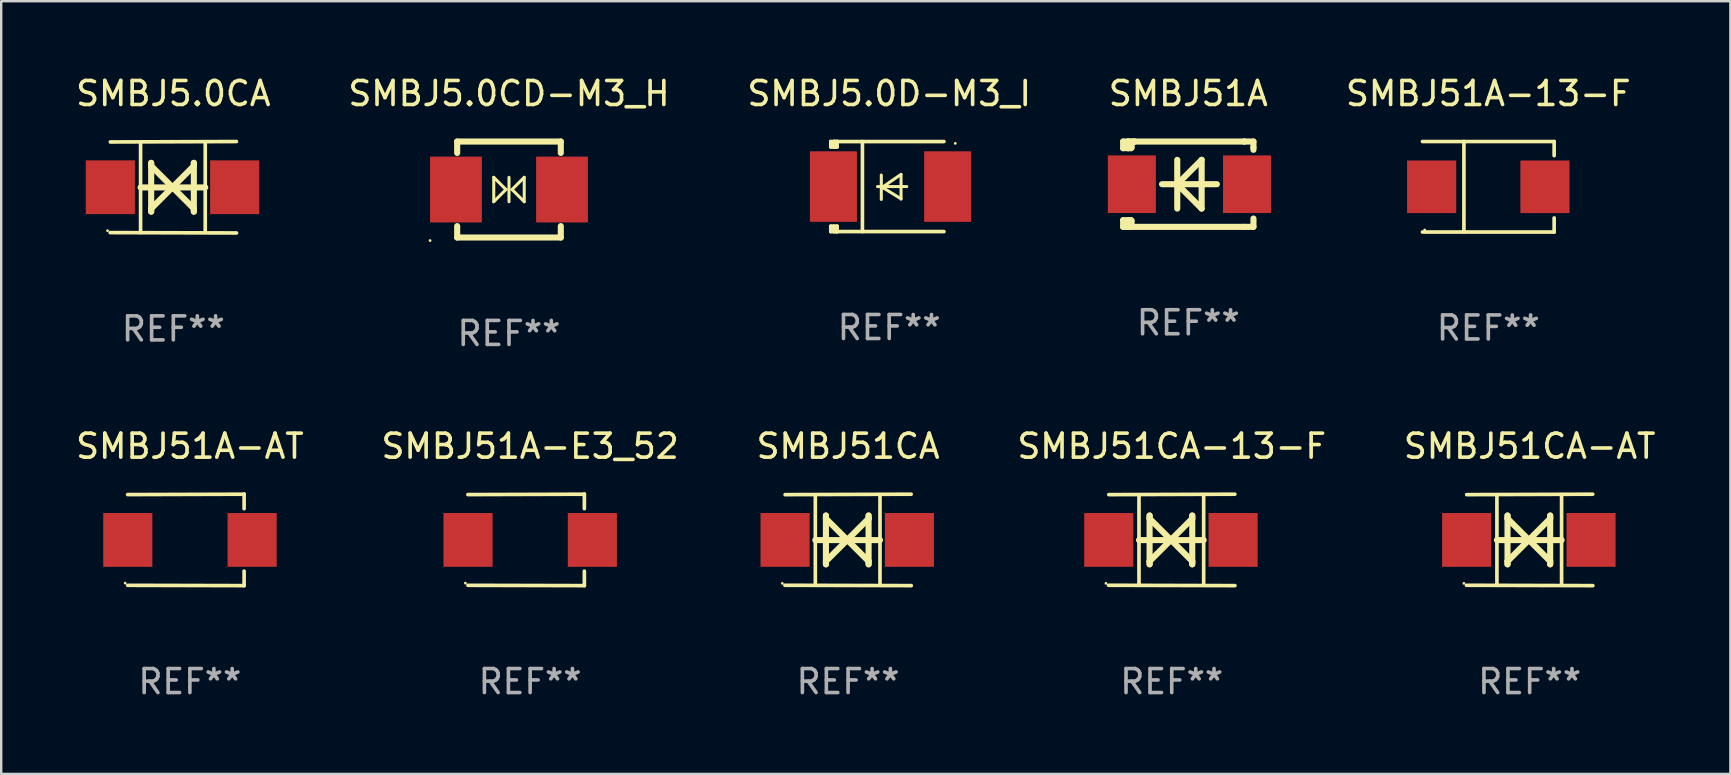
<source format=kicad_pcb>
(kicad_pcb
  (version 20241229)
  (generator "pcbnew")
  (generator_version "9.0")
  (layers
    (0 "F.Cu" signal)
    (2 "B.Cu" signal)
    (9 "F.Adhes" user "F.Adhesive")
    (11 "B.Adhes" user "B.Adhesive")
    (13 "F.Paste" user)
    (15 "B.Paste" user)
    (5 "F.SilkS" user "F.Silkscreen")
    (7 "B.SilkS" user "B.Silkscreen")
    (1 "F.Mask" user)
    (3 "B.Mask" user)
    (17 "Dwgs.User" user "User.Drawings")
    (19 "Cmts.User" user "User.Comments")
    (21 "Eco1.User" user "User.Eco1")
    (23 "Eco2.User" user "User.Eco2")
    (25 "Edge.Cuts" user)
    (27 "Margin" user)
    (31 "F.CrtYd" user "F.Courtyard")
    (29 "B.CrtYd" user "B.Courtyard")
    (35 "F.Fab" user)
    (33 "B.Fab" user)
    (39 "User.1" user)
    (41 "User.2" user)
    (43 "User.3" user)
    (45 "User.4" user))
  (footprint "SMBJ5.0CA"
    (layer "F.Cu")
    (at 4.173 4.753)
    (property "Reference" "SMBJ5.0CA" (at 0 -3.905 0) (layer "F.SilkS") (effects (font (size 1 1) (thickness 0.15))))
    (attr through_hole)
    (fp_line (start -1.365 1.886) (end -1.365 -1.886) (stroke (width 0.152) (type solid)) (layer "F.SilkS"))
    (fp_line (start -1.365 0.008) (end 1.33 0.008) (stroke (width 0.254) (type solid)) (layer "F.SilkS"))
    (fp_line (start -0.923 -1.016) (end -0.923 1.016) (stroke (width 0.254) (type solid)) (layer "F.SilkS"))
    (fp_line (start -0.923 -0.889) (end -0.923 -1.016) (stroke (width 0.254) (type solid)) (layer "F.SilkS"))
    (fp_line (start -0.923 0.889) (end -0.034 0) (stroke (width 0.254) (type solid)) (layer "F.SilkS"))
    (fp_line (start -0.923 1.016) (end -0.923 0.889) (stroke (width 0.254) (type solid)) (layer "F.SilkS"))
    (fp_line (start -0.034 0) (end -0.923 -0.889) (stroke (width 0.254) (type solid)) (layer "F.SilkS"))
    (fp_line (start -0.034 0) (end 0.855 0.889) (stroke (width 0.254) (type solid)) (layer "F.SilkS"))
    (fp_line (start 0.855 -1.016) (end 0.855 -0.889) (stroke (width 0.254) (type solid)) (layer "F.SilkS"))
    (fp_line (start 0.855 -0.889) (end -0.034 0) (stroke (width 0.254) (type solid)) (layer "F.SilkS"))
    (fp_line (start 0.855 0.889) (end 0.855 1.016) (stroke (width 0.254) (type solid)) (layer "F.SilkS"))
    (fp_line (start 0.855 1.016) (end 0.855 -1.016) (stroke (width 0.254) (type solid)) (layer "F.SilkS"))
    (fp_line (start 1.33 1.886) (end 1.33 -1.886) (stroke (width 0.152) (type solid)) (layer "F.SilkS"))
    (fp_line (start 2.629 -1.905) (end -2.625 -1.887) (stroke (width 0.152) (type solid)) (layer "F.SilkS"))
    (fp_line (start 2.633 1.905) (end -2.633 1.89) (stroke (width 0.152) (type solid)) (layer "F.SilkS"))
    (fp_circle (center -2.741 1.81) (end -2.711 1.81) (stroke (width 0.06) (type solid)) (fill no) (layer "F.SilkS"))
    (fp_text user "REF**" (at 0 5.905 0) (layer "F.Fab") (effects (font (size 1 1) (thickness 0.15))))
    (pad "1" smd rect (at -2.625 0) (size 2.047 2.241) (layers "F.Cu" "F.Mask" "F.Paste"))
    (pad "2" smd rect (at 2.557 0) (size 2.047 2.241) (layers "F.Cu" "F.Mask" "F.Paste")))
  (footprint "SMBJ51A"
    (layer "F.Cu")
    (at 46.47 4.626)
    (property "Reference" "SMBJ51A" (at 0 -3.778 0) (layer "F.SilkS") (effects (font (size 1 1) (thickness 0.15))))
    (attr through_hole)
    (fp_line (start -2.715 -1.778) (end -2.715 -1.501) (stroke (width 0.254) (type solid)) (layer "F.SilkS"))
    (fp_line (start -2.715 -1.501) (end -2.505 -1.501) (stroke (width 0.254) (type solid)) (layer "F.SilkS"))
    (fp_line (start -2.715 1.501) (end -2.715 1.778) (stroke (width 0.254) (type solid)) (layer "F.SilkS"))
    (fp_line (start -2.715 1.501) (end -2.505 1.501) (stroke (width 0.254) (type solid)) (layer "F.SilkS"))
    (fp_line (start -2.715 1.778) (end -2.504 1.778) (stroke (width 0.254) (type solid)) (layer "F.SilkS"))
    (fp_line (start -2.505 -1.778) (end -2.715 -1.778) (stroke (width 0.254) (type solid)) (layer "F.SilkS"))
    (fp_line (start -2.505 -1.778) (end -2.238 -1.778) (stroke (width 0.254) (type solid)) (layer "F.SilkS"))
    (fp_line (start -2.505 -1.501) (end -2.505 -1.651) (stroke (width 0.254) (type solid)) (layer "F.SilkS"))
    (fp_line (start -2.505 -1.501) (end -2.388 -1.501) (stroke (width 0.254) (type solid)) (layer "F.SilkS"))
    (fp_line (start -2.505 1.501) (end -2.505 1.778) (stroke (width 0.254) (type solid)) (layer "F.SilkS"))
    (fp_line (start -2.505 1.501) (end -2.388 1.501) (stroke (width 0.254) (type solid)) (layer "F.SilkS"))
    (fp_line (start -2.388 1.501) (end -2.365 1.524) (stroke (width 0.254) (type solid)) (layer "F.SilkS"))
    (fp_line (start -2.388 -1.501) (end -2.365 -1.524) (stroke (width 0.254) (type solid)) (layer "F.SilkS"))
    (fp_line (start -2.365 -1.651) (end -2.505 -1.778) (stroke (width 0.254) (type solid)) (layer "F.SilkS"))
    (fp_line (start -2.365 -1.524) (end -2.365 -1.651) (stroke (width 0.254) (type solid)) (layer "F.SilkS"))
    (fp_line (start -2.365 1.524) (end -2.365 1.778) (stroke (width 0.254) (type solid)) (layer "F.SilkS"))
    (fp_line (start -2.239 -1.778) (end 2.333 -1.778) (stroke (width 0.254) (type solid)) (layer "F.SilkS"))
    (fp_line (start -2.238 -1.778) (end -2.505 -1.778) (stroke (width 0.254) (type solid)) (layer "F.SilkS"))
    (fp_line (start -1.095 0) (end 1.191 0) (stroke (width 0.254) (type solid)) (layer "F.SilkS"))
    (fp_line (start -0.46 -1.016) (end -0.46 1.016) (stroke (width 0.254) (type solid)) (layer "F.SilkS"))
    (fp_line (start -0.46 -0.000127) (end 0.556 1.016) (stroke (width 0.254) (type solid)) (layer "F.SilkS"))
    (fp_line (start 0.556 -1.016) (end 0.556 1.016) (stroke (width 0.254) (type solid)) (layer "F.SilkS"))
    (fp_line (start 0.556 -1.016) (end -0.46 -0.000127) (stroke (width 0.254) (type solid)) (layer "F.SilkS"))
    (fp_line (start 2.333 -1.778) (end 2.333 -1.778) (stroke (width 0.254) (type solid)) (layer "F.SilkS"))
    (fp_line (start 2.333 -1.778) (end 2.715 -1.778) (stroke (width 0.254) (type solid)) (layer "F.SilkS"))
    (fp_line (start 2.334 1.778) (end -2.504 1.778) (stroke (width 0.254) (type solid)) (layer "F.SilkS"))
    (fp_line (start 2.715 -1.778) (end 2.715 -1.524) (stroke (width 0.254) (type solid)) (layer "F.SilkS"))
    (fp_line (start 2.715 -1.524) (end 2.715 -1.431) (stroke (width 0.254) (type solid)) (layer "F.SilkS"))
    (fp_line (start 2.715 1.431) (end 2.715 1.778) (stroke (width 0.254) (type solid)) (layer "F.SilkS"))
    (fp_line (start 2.715 1.778) (end 2.334 1.778) (stroke (width 0.254) (type solid)) (layer "F.SilkS"))
    (fp_circle (center -2.602 1.8) (end -2.572 1.8) (stroke (width 0.06) (type solid)) (fill no) (layer "F.SilkS"))
    (fp_text user "REF**" (at 0 5.778 0) (layer "F.Fab") (effects (font (size 1 1) (thickness 0.15))))
    (pad "1" smd rect (at -2.352 -0.000076) (size 2 2.4) (layers "F.Cu" "F.Mask" "F.Paste"))
    (pad "2" smd rect (at 2.448 -0.000076) (size 2 2.4) (layers "F.Cu" "F.Mask" "F.Paste")))
  (footprint "SMBJ51CA"
    (layer "F.Cu")
    (at 32.292 19.45)
    (property "Reference" "SMBJ51CA" (at 0 -3.905 0) (layer "F.SilkS") (effects (font (size 1 1) (thickness 0.15))))
    (attr through_hole)
    (fp_line (start -1.365 1.886) (end -1.365 -1.886) (stroke (width 0.152) (type solid)) (layer "F.SilkS"))
    (fp_line (start -1.365 0.008) (end 1.33 0.008) (stroke (width 0.254) (type solid)) (layer "F.SilkS"))
    (fp_line (start -0.923 -1.016) (end -0.923 1.016) (stroke (width 0.254) (type solid)) (layer "F.SilkS"))
    (fp_line (start -0.923 -0.889) (end -0.923 -1.016) (stroke (width 0.254) (type solid)) (layer "F.SilkS"))
    (fp_line (start -0.923 0.889) (end -0.034 0) (stroke (width 0.254) (type solid)) (layer "F.SilkS"))
    (fp_line (start -0.923 1.016) (end -0.923 0.889) (stroke (width 0.254) (type solid)) (layer "F.SilkS"))
    (fp_line (start -0.034 0) (end -0.923 -0.889) (stroke (width 0.254) (type solid)) (layer "F.SilkS"))
    (fp_line (start -0.034 0) (end 0.855 0.889) (stroke (width 0.254) (type solid)) (layer "F.SilkS"))
    (fp_line (start 0.855 -1.016) (end 0.855 -0.889) (stroke (width 0.254) (type solid)) (layer "F.SilkS"))
    (fp_line (start 0.855 -0.889) (end -0.034 0) (stroke (width 0.254) (type solid)) (layer "F.SilkS"))
    (fp_line (start 0.855 0.889) (end 0.855 1.016) (stroke (width 0.254) (type solid)) (layer "F.SilkS"))
    (fp_line (start 0.855 1.016) (end 0.855 -1.016) (stroke (width 0.254) (type solid)) (layer "F.SilkS"))
    (fp_line (start 1.33 1.886) (end 1.33 -1.886) (stroke (width 0.152) (type solid)) (layer "F.SilkS"))
    (fp_line (start 2.629 -1.905) (end -2.625 -1.887) (stroke (width 0.152) (type solid)) (layer "F.SilkS"))
    (fp_line (start 2.633 1.905) (end -2.633 1.89) (stroke (width 0.152) (type solid)) (layer "F.SilkS"))
    (fp_circle (center -2.741 1.81) (end -2.711 1.81) (stroke (width 0.06) (type solid)) (fill no) (layer "F.SilkS"))
    (fp_text user "REF**" (at 0 5.905 0) (layer "F.Fab") (effects (font (size 1 1) (thickness 0.15))))
    (pad "1" smd rect (at -2.625 0) (size 2.047 2.241) (layers "F.Cu" "F.Mask" "F.Paste"))
    (pad "2" smd rect (at 2.557 0) (size 2.047 2.241) (layers "F.Cu" "F.Mask" "F.Paste")))
  (footprint "SMBJ51CA-AT"
    (layer "F.Cu")
    (at 60.696 19.45)
    (property "Reference" "SMBJ51CA-AT" (at 0 -3.905 0) (layer "F.SilkS") (effects (font (size 1 1) (thickness 0.15))))
    (attr through_hole)
    (fp_line (start -1.365 1.886) (end -1.365 -1.886) (stroke (width 0.152) (type solid)) (layer "F.SilkS"))
    (fp_line (start -1.365 0.008) (end 1.33 0.008) (stroke (width 0.254) (type solid)) (layer "F.SilkS"))
    (fp_line (start -0.923 -1.016) (end -0.923 1.016) (stroke (width 0.254) (type solid)) (layer "F.SilkS"))
    (fp_line (start -0.923 -0.889) (end -0.923 -1.016) (stroke (width 0.254) (type solid)) (layer "F.SilkS"))
    (fp_line (start -0.923 0.889) (end -0.034 0) (stroke (width 0.254) (type solid)) (layer "F.SilkS"))
    (fp_line (start -0.923 1.016) (end -0.923 0.889) (stroke (width 0.254) (type solid)) (layer "F.SilkS"))
    (fp_line (start -0.034 0) (end -0.923 -0.889) (stroke (width 0.254) (type solid)) (layer "F.SilkS"))
    (fp_line (start -0.034 0) (end 0.855 0.889) (stroke (width 0.254) (type solid)) (layer "F.SilkS"))
    (fp_line (start 0.855 -1.016) (end 0.855 -0.889) (stroke (width 0.254) (type solid)) (layer "F.SilkS"))
    (fp_line (start 0.855 -0.889) (end -0.034 0) (stroke (width 0.254) (type solid)) (layer "F.SilkS"))
    (fp_line (start 0.855 0.889) (end 0.855 1.016) (stroke (width 0.254) (type solid)) (layer "F.SilkS"))
    (fp_line (start 0.855 1.016) (end 0.855 -1.016) (stroke (width 0.254) (type solid)) (layer "F.SilkS"))
    (fp_line (start 1.33 1.886) (end 1.33 -1.886) (stroke (width 0.152) (type solid)) (layer "F.SilkS"))
    (fp_line (start 2.629 -1.905) (end -2.625 -1.887) (stroke (width 0.152) (type solid)) (layer "F.SilkS"))
    (fp_line (start 2.633 1.905) (end -2.633 1.89) (stroke (width 0.152) (type solid)) (layer "F.SilkS"))
    (fp_circle (center -2.741 1.81) (end -2.711 1.81) (stroke (width 0.06) (type solid)) (fill no) (layer "F.SilkS"))
    (fp_text user "REF**" (at 0 5.905 0) (layer "F.Fab") (effects (font (size 1 1) (thickness 0.15))))
    (pad "1" smd rect (at -2.625 0) (size 2.047 2.241) (layers "F.Cu" "F.Mask" "F.Paste"))
    (pad "2" smd rect (at 2.557 0) (size 2.047 2.241) (layers "F.Cu" "F.Mask" "F.Paste")))
  (footprint "SMBJ51A-13-F"
    (layer "F.Cu")
    (at 58.972 4.734)
    (property "Reference" "SMBJ51A-13-F" (at 0 -3.886 0) (layer "F.SilkS") (effects (font (size 1 1) (thickness 0.15))))
    (attr through_hole)
    (fp_line (start -2.744 -1.886) (end 2.744 -1.886) (stroke (width 0.152) (type solid)) (layer "F.SilkS"))
    (fp_line (start -2.744 1.886) (end 2.744 1.886) (stroke (width 0.152) (type solid)) (layer "F.SilkS"))
    (fp_line (start -1.016 -1.886) (end -1.016 1.886) (stroke (width 0.152) (type solid)) (layer "F.SilkS"))
    (fp_line (start 2.744 -1.886) (end 2.744 -1.299) (stroke (width 0.152) (type solid)) (layer "F.SilkS"))
    (fp_line (start 2.744 1.886) (end 2.744 1.299) (stroke (width 0.152) (type solid)) (layer "F.SilkS"))
    (fp_circle (center -2.65 1.8) (end -2.62 1.8) (stroke (width 0.06) (type solid)) (fill no) (layer "F.SilkS"))
    (fp_text user "REF**" (at 0 5.886 0) (layer "F.Fab") (effects (font (size 1 1) (thickness 0.15))))
    (pad "1" smd rect (at -2.361 0) (size 2.047 2.192) (layers "F.Cu" "F.Mask" "F.Paste"))
    (pad "2" smd rect (at 2.361 0) (size 2.047 2.192) (layers "F.Cu" "F.Mask" "F.Paste")))
  (footprint "SMBJ51A-E3_52"
    (layer "F.Cu")
    (at 19.042 19.45)
    (property "Reference" "SMBJ51A-E3_52" (at 0 -3.905 0) (layer "F.SilkS") (effects (font (size 1 1) (thickness 0.15))))
    (attr through_hole)
    (fp_line (start 2.256 -1.905) (end -2.594 -1.889) (stroke (width 0.152) (type solid)) (layer "F.SilkS"))
    (fp_line (start 2.256 -1.905) (end 2.26 -1.905) (stroke (width 0.152) (type solid)) (layer "F.SilkS"))
    (fp_line (start 2.26 -1.905) (end 2.26 -1.301) (stroke (width 0.152) (type solid)) (layer "F.SilkS"))
    (fp_line (start 2.26 1.301) (end 2.26 1.905) (stroke (width 0.152) (type solid)) (layer "F.SilkS"))
    (fp_line (start 2.26 1.905) (end -2.59 1.892) (stroke (width 0.152) (type solid)) (layer "F.SilkS"))
    (fp_circle (center -2.697 1.8) (end -2.667 1.8) (stroke (width 0.06) (type solid)) (fill no) (layer "F.SilkS"))
    (fp_text user "REF**" (at 0 5.905 0) (layer "F.Fab") (effects (font (size 1 1) (thickness 0.15))))
    (pad "1" smd rect (at -2.588 0) (size 2.047 2.241) (layers "F.Cu" "F.Mask" "F.Paste"))
    (pad "2" smd rect (at 2.594 0) (size 2.047 2.241) (layers "F.Cu" "F.Mask" "F.Paste")))
  (footprint "SMBJ5.0D-M3_I"
    (layer "F.Cu")
    (at 34.006 4.725)
    (property "Reference" "SMBJ5.0D-M3_I" (at 0 -3.876 0) (layer "F.SilkS") (effects (font (size 1 1) (thickness 0.15))))
    (attr through_hole)
    (fp_line (start -2.435 1.65) (end -2.171 1.65) (stroke (width 0.152) (type solid)) (layer "F.SilkS"))
    (fp_line (start -2.435 1.876) (end -2.435 1.65) (stroke (width 0.152) (type solid)) (layer "F.SilkS"))
    (fp_line (start -2.435 -1.876) (end -2.171 -1.876) (stroke (width 0.152) (type solid)) (layer "F.SilkS"))
    (fp_line (start -2.435 -1.65) (end -2.435 -1.876) (stroke (width 0.152) (type solid)) (layer "F.SilkS"))
    (fp_line (start -2.305 -1.866) (end -2.295 -1.876) (stroke (width 0.152) (type solid)) (layer "F.SilkS"))
    (fp_line (start -2.305 -1.65) (end -2.305 -1.866) (stroke (width 0.152) (type solid)) (layer "F.SilkS"))
    (fp_line (start -2.305 1.876) (end -2.305 1.65) (stroke (width 0.152) (type solid)) (layer "F.SilkS"))
    (fp_line (start -2.295 -1.876) (end -2.295 -1.65) (stroke (width 0.152) (type solid)) (layer "F.SilkS"))
    (fp_line (start -2.171 1.876) (end -2.435 1.876) (stroke (width 0.152) (type solid)) (layer "F.SilkS"))
    (fp_line (start -2.171 -1.65) (end -2.435 -1.65) (stroke (width 0.152) (type solid)) (layer "F.SilkS"))
    (fp_line (start -2.171 -1.876) (end -2.295 -1.876) (stroke (width 0.152) (type solid)) (layer "F.SilkS"))
    (fp_line (start -2.171 -1.65) (end -2.171 -1.876) (stroke (width 0.152) (type solid)) (layer "F.SilkS"))
    (fp_line (start -2.171 1.876) (end -2.305 1.876) (stroke (width 0.152) (type solid)) (layer "F.SilkS"))
    (fp_line (start -2.171 1.876) (end -2.171 1.65) (stroke (width 0.152) (type solid)) (layer "F.SilkS"))
    (fp_line (start -1.116 1.876) (end -1.116 -1.876) (stroke (width 0.152) (type solid)) (layer "F.SilkS"))
    (fp_line (start -0.488 0.000102) (end 0.731 0.000102) (stroke (width 0.127) (type solid)) (layer "F.SilkS"))
    (fp_line (start -0.329 -0.48) (end -0.329 0.536) (stroke (width 0.127) (type solid)) (layer "F.SilkS"))
    (fp_line (start -0.29 0.03) (end 0.493 0.51) (stroke (width 0.127) (type solid)) (layer "F.SilkS"))
    (fp_line (start 0.493 -0.51) (end -0.29 0.03) (stroke (width 0.127) (type solid)) (layer "F.SilkS"))
    (fp_line (start 0.493 0.52) (end 0.493 -0.496) (stroke (width 0.127) (type solid)) (layer "F.SilkS"))
    (fp_line (start 2.281 -1.876) (end -2.171 -1.876) (stroke (width 0.152) (type solid)) (layer "F.SilkS"))
    (fp_line (start 2.281 1.876) (end -2.171 1.876) (stroke (width 0.152) (type solid)) (layer "F.SilkS"))
    (fp_circle (center 2.755 -1.8) (end 2.785 -1.8) (stroke (width 0.06) (type solid)) (fill no) (layer "F.SilkS"))
    (fp_text user "REF**" (at 0 5.876 0) (layer "F.Fab") (effects (font (size 1 1) (thickness 0.15))))
    (pad "1" smd rect (at 2.435 -0.000025 180) (size 1.96 2.94) (layers "F.Cu" "F.Mask" "F.Paste"))
    (pad "2" smd rect (at -2.325 -0.000025 180) (size 1.96 2.94) (layers "F.Cu" "F.Mask" "F.Paste")))
  (footprint "SMBJ5.0CD-M3_H"
    (layer "F.Cu")
    (at 18.161 4.848)
    (property "Reference" "SMBJ5.0CD-M3_H" (at 0 -4 0) (layer "F.SilkS") (effects (font (size 1 1) (thickness 0.15))))
    (attr through_hole)
    (fp_line (start -2.159 -2) (end 2.159 -2) (stroke (width 0.254) (type solid)) (layer "F.SilkS"))
    (fp_line (start -2.159 -1.524) (end -2.159 -2) (stroke (width 0.254) (type solid)) (layer "F.SilkS"))
    (fp_line (start -2.159 1.524) (end -2.159 2) (stroke (width 0.254) (type solid)) (layer "F.SilkS"))
    (fp_line (start -2.159 2) (end 2.159 2) (stroke (width 0.254) (type solid)) (layer "F.SilkS"))
    (fp_line (start -0.635 -0.508) (end -0.127 0) (stroke (width 0.127) (type solid)) (layer "F.SilkS"))
    (fp_line (start -0.635 0.508) (end -0.635 -0.508) (stroke (width 0.127) (type solid)) (layer "F.SilkS"))
    (fp_line (start -0.127 0) (end -0.635 0.508) (stroke (width 0.127) (type solid)) (layer "F.SilkS"))
    (fp_line (start 0 0.508) (end 0 -0.508) (stroke (width 0.127) (type solid)) (layer "F.SilkS"))
    (fp_line (start 0.127 0) (end 0.635 -0.508) (stroke (width 0.127) (type solid)) (layer "F.SilkS"))
    (fp_line (start 0.635 -0.508) (end 0.635 0.508) (stroke (width 0.127) (type solid)) (layer "F.SilkS"))
    (fp_line (start 0.635 0.508) (end 0.127 0) (stroke (width 0.127) (type solid)) (layer "F.SilkS"))
    (fp_line (start 2.159 -2) (end 2.159 -1.524) (stroke (width 0.254) (type solid)) (layer "F.SilkS"))
    (fp_line (start 2.159 2) (end 2.159 1.524) (stroke (width 0.254) (type solid)) (layer "F.SilkS"))
    (fp_circle (center -3.289 2.127) (end -3.259 2.127) (stroke (width 0.06) (type solid)) (fill no) (layer "F.SilkS"))
    (fp_text user "REF**" (at 0 6 0) (layer "F.Fab") (effects (font (size 1 1) (thickness 0.15))))
    (pad "1" smd rect (at -2.21 0 180) (size 2.159 2.743) (layers "F.Cu" "F.Mask" "F.Paste"))
    (pad "2" smd rect (at 2.21 0 180) (size 2.159 2.743) (layers "F.Cu" "F.Mask" "F.Paste")))
  (footprint "SMBJ51A-AT"
    (layer "F.Cu")
    (at 4.863 19.45)
    (property "Reference" "SMBJ51A-AT" (at 0 -3.905 0) (layer "F.SilkS") (effects (font (size 1 1) (thickness 0.15))))
    (attr through_hole)
    (fp_line (start 2.256 -1.905) (end -2.594 -1.889) (stroke (width 0.152) (type solid)) (layer "F.SilkS"))
    (fp_line (start 2.256 -1.905) (end 2.26 -1.905) (stroke (width 0.152) (type solid)) (layer "F.SilkS"))
    (fp_line (start 2.26 -1.905) (end 2.26 -1.301) (stroke (width 0.152) (type solid)) (layer "F.SilkS"))
    (fp_line (start 2.26 1.301) (end 2.26 1.905) (stroke (width 0.152) (type solid)) (layer "F.SilkS"))
    (fp_line (start 2.26 1.905) (end -2.59 1.892) (stroke (width 0.152) (type solid)) (layer "F.SilkS"))
    (fp_circle (center -2.697 1.8) (end -2.667 1.8) (stroke (width 0.06) (type solid)) (fill no) (layer "F.SilkS"))
    (fp_text user "REF**" (at 0 5.905 0) (layer "F.Fab") (effects (font (size 1 1) (thickness 0.15))))
    (pad "1" smd rect (at -2.588 0) (size 2.047 2.241) (layers "F.Cu" "F.Mask" "F.Paste"))
    (pad "2" smd rect (at 2.594 0) (size 2.047 2.241) (layers "F.Cu" "F.Mask" "F.Paste")))
  (footprint "SMBJ51CA-13-F"
    (layer "F.Cu")
    (at 45.78 19.45)
    (property "Reference" "SMBJ51CA-13-F" (at 0 -3.905 0) (layer "F.SilkS") (effects (font (size 1 1) (thickness 0.15))))
    (attr through_hole)
    (fp_line (start -1.365 1.886) (end -1.365 -1.886) (stroke (width 0.152) (type solid)) (layer "F.SilkS"))
    (fp_line (start -1.365 0.008) (end 1.33 0.008) (stroke (width 0.254) (type solid)) (layer "F.SilkS"))
    (fp_line (start -0.923 -1.016) (end -0.923 1.016) (stroke (width 0.254) (type solid)) (layer "F.SilkS"))
    (fp_line (start -0.923 -0.889) (end -0.923 -1.016) (stroke (width 0.254) (type solid)) (layer "F.SilkS"))
    (fp_line (start -0.923 0.889) (end -0.034 0) (stroke (width 0.254) (type solid)) (layer "F.SilkS"))
    (fp_line (start -0.923 1.016) (end -0.923 0.889) (stroke (width 0.254) (type solid)) (layer "F.SilkS"))
    (fp_line (start -0.034 0) (end -0.923 -0.889) (stroke (width 0.254) (type solid)) (layer "F.SilkS"))
    (fp_line (start -0.034 0) (end 0.855 0.889) (stroke (width 0.254) (type solid)) (layer "F.SilkS"))
    (fp_line (start 0.855 -1.016) (end 0.855 -0.889) (stroke (width 0.254) (type solid)) (layer "F.SilkS"))
    (fp_line (start 0.855 -0.889) (end -0.034 0) (stroke (width 0.254) (type solid)) (layer "F.SilkS"))
    (fp_line (start 0.855 0.889) (end 0.855 1.016) (stroke (width 0.254) (type solid)) (layer "F.SilkS"))
    (fp_line (start 0.855 1.016) (end 0.855 -1.016) (stroke (width 0.254) (type solid)) (layer "F.SilkS"))
    (fp_line (start 1.33 1.886) (end 1.33 -1.886) (stroke (width 0.152) (type solid)) (layer "F.SilkS"))
    (fp_line (start 2.629 -1.905) (end -2.625 -1.887) (stroke (width 0.152) (type solid)) (layer "F.SilkS"))
    (fp_line (start 2.633 1.905) (end -2.633 1.89) (stroke (width 0.152) (type solid)) (layer "F.SilkS"))
    (fp_circle (center -2.741 1.81) (end -2.711 1.81) (stroke (width 0.06) (type solid)) (fill no) (layer "F.SilkS"))
    (fp_text user "REF**" (at 0 5.905 0) (layer "F.Fab") (effects (font (size 1 1) (thickness 0.15))))
    (pad "1" smd rect (at -2.625 0) (size 2.047 2.241) (layers "F.Cu" "F.Mask" "F.Paste"))
    (pad "2" smd rect (at 2.557 0) (size 2.047 2.241) (layers "F.Cu" "F.Mask" "F.Paste")))
  (gr_rect
    (start -3 -3)
    (end 69.06 29.203)
    (stroke (width 0.1) (type default))
    (fill no)
    (layer "Edge.Cuts")))
</source>
